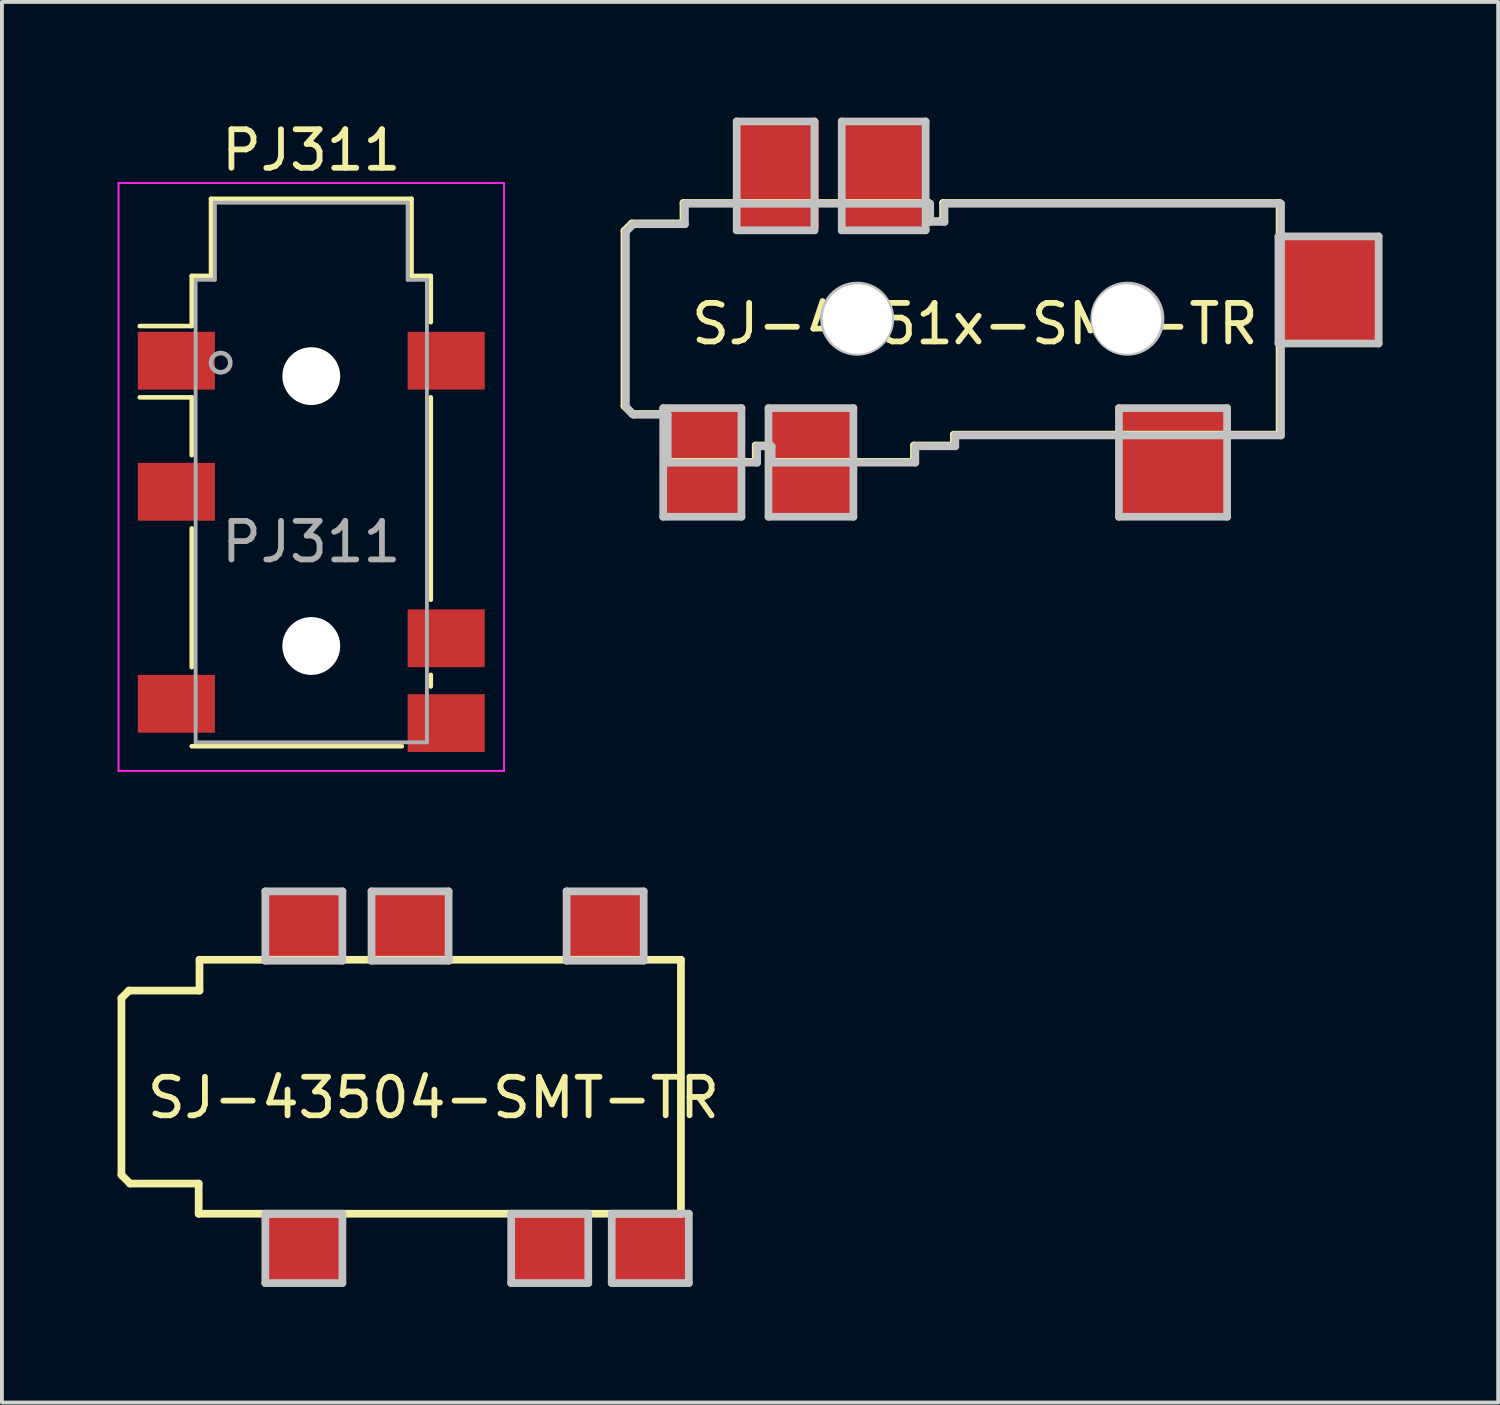
<source format=kicad_pcb>
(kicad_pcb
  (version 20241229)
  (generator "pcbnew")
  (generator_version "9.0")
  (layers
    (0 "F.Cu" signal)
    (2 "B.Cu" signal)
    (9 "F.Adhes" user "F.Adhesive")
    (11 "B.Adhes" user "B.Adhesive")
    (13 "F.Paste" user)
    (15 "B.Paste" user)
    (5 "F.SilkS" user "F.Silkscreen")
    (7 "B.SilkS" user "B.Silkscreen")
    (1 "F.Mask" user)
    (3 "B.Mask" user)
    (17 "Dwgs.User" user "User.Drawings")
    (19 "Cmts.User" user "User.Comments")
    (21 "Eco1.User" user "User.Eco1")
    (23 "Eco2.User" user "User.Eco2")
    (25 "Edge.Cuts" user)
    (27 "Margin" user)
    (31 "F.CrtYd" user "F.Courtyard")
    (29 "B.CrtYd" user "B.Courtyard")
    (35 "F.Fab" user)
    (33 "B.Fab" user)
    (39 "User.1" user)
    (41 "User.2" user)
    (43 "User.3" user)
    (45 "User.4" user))
  (footprint "SJ-4351x-SMT-TR"
    (layer "F.Cu")
    (at 17.161 1.543)
    (property "Reference" "SJ-4351x-SMT-TR" (at 5.08 3.81 0) (layer "F.SilkS") (effects (font (size 1 1) (thickness 0.15))))
    (attr through_hole)
    (fp_line (start -4.011 1.396) (end -4.011 5.94) (stroke (width 0.2) (type solid)) (layer "F.SilkS"))
    (fp_line (start -4.011 5.94) (end -3.804 6.147) (stroke (width 0.2) (type solid)) (layer "F.SilkS"))
    (fp_line (start -3.818 1.203) (end -4.011 1.396) (stroke (width 0.2) (type solid)) (layer "F.SilkS"))
    (fp_line (start -3.804 6.147) (end -2.926 6.147) (stroke (width 0.2) (type solid)) (layer "F.SilkS"))
    (fp_line (start -2.926 6.147) (end -2.926 7.388) (stroke (width 0.2) (type solid)) (layer "F.SilkS"))
    (fp_line (start -2.926 7.388) (end -0.606 7.388) (stroke (width 0.2) (type solid)) (layer "F.SilkS"))
    (fp_line (start -2.48 0.673) (end -2.48 1.203) (stroke (width 0.2) (type solid)) (layer "F.SilkS"))
    (fp_line (start -2.48 1.203) (end -3.818 1.203) (stroke (width 0.2) (type solid)) (layer "F.SilkS"))
    (fp_line (start -0.606 6.965) (end -0.23 6.965) (stroke (width 0.2) (type solid)) (layer "F.SilkS"))
    (fp_line (start -0.606 7.388) (end -0.606 6.965) (stroke (width 0.2) (type solid)) (layer "F.SilkS"))
    (fp_line (start -0.23 6.965) (end -0.23 7.388) (stroke (width 0.2) (type solid)) (layer "F.SilkS"))
    (fp_line (start -0.23 7.388) (end 3.498 7.388) (stroke (width 0.2) (type solid)) (layer "F.SilkS"))
    (fp_line (start 3.498 6.965) (end 4.535 6.965) (stroke (width 0.2) (type solid)) (layer "F.SilkS"))
    (fp_line (start 3.498 7.388) (end 3.498 6.965) (stroke (width 0.2) (type solid)) (layer "F.SilkS"))
    (fp_line (start 3.883 0.673) (end -2.48 0.673) (stroke (width 0.2) (type solid)) (layer "F.SilkS"))
    (fp_line (start 3.883 1.143) (end 3.883 0.673) (stroke (width 0.2) (type solid)) (layer "F.SilkS"))
    (fp_line (start 4.255 0.673) (end 4.255 1.143) (stroke (width 0.2) (type solid)) (layer "F.SilkS"))
    (fp_line (start 4.255 1.143) (end 3.883 1.143) (stroke (width 0.2) (type solid)) (layer "F.SilkS"))
    (fp_line (start 4.535 6.683) (end 12.984 6.683) (stroke (width 0.2) (type solid)) (layer "F.SilkS"))
    (fp_line (start 4.535 6.965) (end 4.535 6.683) (stroke (width 0.2) (type solid)) (layer "F.SilkS"))
    (fp_line (start 12.984 0.673) (end 4.255 0.673) (stroke (width 0.2) (type solid)) (layer "F.SilkS"))
    (fp_line (start 12.984 6.683) (end 12.984 0.673) (stroke (width 0.2) (type solid)) (layer "F.SilkS"))
    (fp_line (start -3.974 1.416) (end -3.974 5.96) (stroke (width 0.2) (type solid)) (layer "Dwgs.User"))
    (fp_line (start -3.974 5.96) (end -3.767 6.167) (stroke (width 0.2) (type solid)) (layer "Dwgs.User"))
    (fp_line (start -3.781 1.223) (end -3.974 1.416) (stroke (width 0.2) (type solid)) (layer "Dwgs.User"))
    (fp_line (start -3.767 6.167) (end -2.889 6.167) (stroke (width 0.2) (type solid)) (layer "Dwgs.User"))
    (fp_line (start -3.006 5.994) (end -3.006 8.813) (stroke (width 0.2) (type solid)) (layer "Dwgs.User"))
    (fp_line (start -3.006 8.813) (end -0.976 8.813) (stroke (width 0.2) (type solid)) (layer "Dwgs.User"))
    (fp_line (start -2.889 6.167) (end -2.889 7.409) (stroke (width 0.2) (type solid)) (layer "Dwgs.User"))
    (fp_line (start -2.889 7.409) (end -0.569 7.409) (stroke (width 0.2) (type solid)) (layer "Dwgs.User"))
    (fp_line (start -2.443 0.693) (end -2.443 1.223) (stroke (width 0.2) (type solid)) (layer "Dwgs.User"))
    (fp_line (start -2.443 1.223) (end -3.781 1.223) (stroke (width 0.2) (type solid)) (layer "Dwgs.User"))
    (fp_line (start -1.1 -1.443) (end -1.1 1.382) (stroke (width 0.2) (type solid)) (layer "Dwgs.User"))
    (fp_line (start -1.1 1.382) (end 0.917 1.382) (stroke (width 0.2) (type solid)) (layer "Dwgs.User"))
    (fp_line (start -0.976 5.994) (end -3.006 5.994) (stroke (width 0.2) (type solid)) (layer "Dwgs.User"))
    (fp_line (start -0.976 8.813) (end -0.976 5.994) (stroke (width 0.2) (type solid)) (layer "Dwgs.User"))
    (fp_line (start -0.569 6.985) (end -0.193 6.985) (stroke (width 0.2) (type solid)) (layer "Dwgs.User"))
    (fp_line (start -0.569 7.409) (end -0.569 6.985) (stroke (width 0.2) (type solid)) (layer "Dwgs.User"))
    (fp_line (start -0.275 5.994) (end -0.275 8.813) (stroke (width 0.2) (type solid)) (layer "Dwgs.User"))
    (fp_line (start -0.275 8.813) (end 1.928 8.813) (stroke (width 0.2) (type solid)) (layer "Dwgs.User"))
    (fp_line (start -0.193 6.985) (end -0.193 7.409) (stroke (width 0.2) (type solid)) (layer "Dwgs.User"))
    (fp_line (start -0.193 7.409) (end 3.535 7.409) (stroke (width 0.2) (type solid)) (layer "Dwgs.User"))
    (fp_line (start 0.917 -1.443) (end -1.1 -1.443) (stroke (width 0.2) (type solid)) (layer "Dwgs.User"))
    (fp_line (start 0.917 1.382) (end 0.917 -1.443) (stroke (width 0.2) (type solid)) (layer "Dwgs.User"))
    (fp_line (start 1.625 -1.443) (end 3.802 -1.443) (stroke (width 0.2) (type solid)) (layer "Dwgs.User"))
    (fp_line (start 1.625 1.382) (end 1.625 -1.443) (stroke (width 0.2) (type solid)) (layer "Dwgs.User"))
    (fp_line (start 1.928 5.994) (end -0.275 5.994) (stroke (width 0.2) (type solid)) (layer "Dwgs.User"))
    (fp_line (start 1.928 8.813) (end 1.928 5.994) (stroke (width 0.2) (type solid)) (layer "Dwgs.User"))
    (fp_line (start 3.535 6.985) (end 4.572 6.985) (stroke (width 0.2) (type solid)) (layer "Dwgs.User"))
    (fp_line (start 3.535 7.409) (end 3.535 6.985) (stroke (width 0.2) (type solid)) (layer "Dwgs.User"))
    (fp_line (start 3.802 -1.443) (end 3.802 1.382) (stroke (width 0.2) (type solid)) (layer "Dwgs.User"))
    (fp_line (start 3.802 1.382) (end 1.625 1.382) (stroke (width 0.2) (type solid)) (layer "Dwgs.User"))
    (fp_line (start 3.92 0.693) (end -2.443 0.693) (stroke (width 0.2) (type solid)) (layer "Dwgs.User"))
    (fp_line (start 3.92 1.163) (end 3.92 0.693) (stroke (width 0.2) (type solid)) (layer "Dwgs.User"))
    (fp_line (start 4.291 0.693) (end 4.291 1.163) (stroke (width 0.2) (type solid)) (layer "Dwgs.User"))
    (fp_line (start 4.291 1.163) (end 3.92 1.163) (stroke (width 0.2) (type solid)) (layer "Dwgs.User"))
    (fp_line (start 4.572 6.703) (end 13.021 6.703) (stroke (width 0.2) (type solid)) (layer "Dwgs.User"))
    (fp_line (start 4.572 6.985) (end 4.572 6.703) (stroke (width 0.2) (type solid)) (layer "Dwgs.User"))
    (fp_line (start 8.816 5.994) (end 8.816 8.813) (stroke (width 0.2) (type solid)) (layer "Dwgs.User"))
    (fp_line (start 8.816 8.813) (end 11.623 8.813) (stroke (width 0.2) (type solid)) (layer "Dwgs.User"))
    (fp_line (start 11.623 5.994) (end 8.816 5.994) (stroke (width 0.2) (type solid)) (layer "Dwgs.User"))
    (fp_line (start 11.623 8.813) (end 11.623 5.994) (stroke (width 0.2) (type solid)) (layer "Dwgs.User"))
    (fp_line (start 12.954 1.54) (end 12.954 4.318) (stroke (width 0.2) (type solid)) (layer "Dwgs.User"))
    (fp_line (start 12.954 4.318) (end 15.554 4.318) (stroke (width 0.2) (type solid)) (layer "Dwgs.User"))
    (fp_line (start 13.021 0.693) (end 4.291 0.693) (stroke (width 0.2) (type solid)) (layer "Dwgs.User"))
    (fp_line (start 13.021 6.703) (end 13.021 0.693) (stroke (width 0.2) (type solid)) (layer "Dwgs.User"))
    (fp_line (start 15.554 1.54) (end 12.954 1.54) (stroke (width 0.2) (type solid)) (layer "Dwgs.User"))
    (fp_line (start 15.554 4.318) (end 15.554 1.54) (stroke (width 0.2) (type solid)) (layer "Dwgs.User"))
    (fp_circle (center 2.026 3.675) (end 2.886 3.675) (stroke (width 0.2) (type solid)) (fill no) (layer "Dwgs.User"))
    (fp_circle (center 9.035 3.675) (end 9.895 3.675) (stroke (width 0.2) (type solid)) (fill no) (layer "Dwgs.User"))
    (pad "" np_thru_hole circle (at 2.032 3.683) (size 1.8 1.8) (drill 1.8) (layers "*.Cu" "*.Mask"))
    (pad "" np_thru_hole circle (at 9.017 3.683) (size 1.8 1.8) (drill 1.8) (layers "*.Cu" "*.Mask"))
    (pad "R1" smd rect (at 2.731 -0.064) (size 2.2 2.8) (layers "F.Cu" "F.Mask" "F.Paste"))
    (pad "R1N" smd rect (at -0.064 -0.064) (size 2.2 2.8) (layers "F.Cu" "F.Mask" "F.Paste"))
    (pad "R2" smd rect (at 0.826 7.429) (size 2.2 2.8) (layers "F.Cu" "F.Mask" "F.Paste"))
    (pad "S" smd rect (at -1.968 7.429) (size 2 2.8) (layers "F.Cu" "F.Mask" "F.Paste"))
    (pad "T" smd rect (at 10.223 7.429) (size 2.8 2.8) (layers "F.Cu" "F.Mask" "F.Paste"))
    (pad "TN" smd rect (at 14.287 2.921) (size 2.6 2.8) (layers "F.Cu" "F.Mask" "F.Paste")))
  (footprint "PJ311"
    (layer "F.Cu")
    (at 5.025 11.008)
    (property "Reference" "PJ311" (at 0 -10.16 0) (layer "F.SilkS") (effects (font (size 1 1) (thickness 0.15))))
    (attr smd)
    (fp_line (start -3.1 -6.9) (end -2.6 -6.9) (stroke (width 0.12) (type solid)) (layer "F.SilkS"))
    (fp_line (start -3.1 -5.6) (end -4.45 -5.6) (stroke (width 0.12) (type solid)) (layer "F.SilkS"))
    (fp_line (start -3.1 -5.6) (end -3.1 -6.9) (stroke (width 0.12) (type solid)) (layer "F.SilkS"))
    (fp_line (start -3.1 -3.75) (end -4.45 -3.75) (stroke (width 0.12) (type solid)) (layer "F.SilkS"))
    (fp_line (start -3.1 -2.25) (end -3.1 -3.75) (stroke (width 0.12) (type solid)) (layer "F.SilkS"))
    (fp_line (start -3.1 3.25) (end -3.1 -0.35) (stroke (width 0.12) (type solid)) (layer "F.SilkS"))
    (fp_line (start -2.6 -8.9) (end 2.6 -8.9) (stroke (width 0.12) (type solid)) (layer "F.SilkS"))
    (fp_line (start -2.6 -6.9) (end -2.6 -8.9) (stroke (width 0.12) (type solid)) (layer "F.SilkS"))
    (fp_line (start 2.35 5.3) (end -3.1 5.3) (stroke (width 0.12) (type solid)) (layer "F.SilkS"))
    (fp_line (start 2.6 -8.9) (end 2.6 -6.9) (stroke (width 0.12) (type solid)) (layer "F.SilkS"))
    (fp_line (start 2.6 -6.9) (end 3.1 -6.9) (stroke (width 0.12) (type solid)) (layer "F.SilkS"))
    (fp_line (start 3.1 -6.9) (end 3.1 -5.7) (stroke (width 0.12) (type solid)) (layer "F.SilkS"))
    (fp_line (start 3.1 -3.75) (end 3.1 1.5) (stroke (width 0.12) (type solid)) (layer "F.SilkS"))
    (fp_line (start 3.1 3.45) (end 3.1 3.75) (stroke (width 0.12) (type solid)) (layer "F.SilkS"))
    (fp_line (start -5 -9.31) (end -5 5.94) (stroke (width 0.05) (type solid)) (layer "F.CrtYd"))
    (fp_line (start -5 -9.31) (end 5 -9.31) (stroke (width 0.05) (type solid)) (layer "F.CrtYd"))
    (fp_line (start -5 5.94) (end 5 5.94) (stroke (width 0.05) (type solid)) (layer "F.CrtYd"))
    (fp_line (start 5 5.94) (end 5 -9.31) (stroke (width 0.05) (type solid)) (layer "F.CrtYd"))
    (fp_line (start -3 -6.8) (end -3 5.2) (stroke (width 0.1) (type solid)) (layer "F.Fab"))
    (fp_line (start -3 5.2) (end 3 5.2) (stroke (width 0.1) (type solid)) (layer "F.Fab"))
    (fp_line (start -2.5 -8.8) (end -2.5 -6.8) (stroke (width 0.1) (type solid)) (layer "F.Fab"))
    (fp_line (start -2.5 -6.8) (end -3 -6.8) (stroke (width 0.1) (type solid)) (layer "F.Fab"))
    (fp_line (start 2.5 -8.8) (end -2.5 -8.8) (stroke (width 0.1) (type solid)) (layer "F.Fab"))
    (fp_line (start 2.5 -6.8) (end 2.5 -8.8) (stroke (width 0.1) (type solid)) (layer "F.Fab"))
    (fp_line (start 3 -6.8) (end 2.5 -6.8) (stroke (width 0.1) (type solid)) (layer "F.Fab"))
    (fp_line (start 3 5.2) (end 3 -6.8) (stroke (width 0.1) (type solid)) (layer "F.Fab"))
    (fp_circle (center -2.35 -4.65) (end -2.1 -4.65) (stroke (width 0.12) (type solid)) (fill no) (layer "F.Fab"))
    (fp_text user "${REFERENCE}" (at 0 0 0) (layer "F.Fab") (effects (font (size 1 1) (thickness 0.15))))
    (pad "" np_thru_hole circle (at 0 -4.3) (size 1.5 1.5) (drill 1.5) (layers "*.Cu" "*.Mask"))
    (pad "" np_thru_hole circle (at 0 2.7) (size 1.5 1.5) (drill 1.5) (layers "*.Cu" "*.Mask"))
    (pad "R1" smd rect (at -3.5 -1.3) (size 2 1.5) (layers "F.Cu" "F.Mask" "F.Paste"))
    (pad "R1N" smd rect (at -3.5 4.2) (size 2 1.5) (layers "F.Cu" "F.Mask" "F.Paste"))
    (pad "R2" smd rect (at 3.5 -4.7) (size 2 1.5) (layers "F.Cu" "F.Mask" "F.Paste"))
    (pad "S" smd rect (at -3.5 -4.7) (size 2 1.5) (layers "F.Cu" "F.Mask" "F.Paste"))
    (pad "T" smd rect (at 3.5 2.5) (size 2 1.5) (layers "F.Cu" "F.Mask" "F.Paste"))
    (pad "TN" smd rect (at 3.5 4.7) (size 2 1.5) (layers "F.Cu" "F.Mask" "F.Paste")))
  (footprint "SJ-43504-SMT-TR"
    (layer "F.Cu")
    (at 4.817 21.111)
    (property "Reference" "SJ-43504-SMT-TR" (at 3.378 4.318 0) (layer "F.SilkS") (effects (font (size 1 1) (thickness 0.15))))
    (attr through_hole)
    (fp_line (start -4.717 1.733) (end -4.521 1.537) (stroke (width 0.2) (type solid)) (layer "F.SilkS"))
    (fp_line (start -4.717 6.319) (end -4.717 1.733) (stroke (width 0.2) (type solid)) (layer "F.SilkS"))
    (fp_line (start -4.521 1.537) (end -2.692 1.537) (stroke (width 0.2) (type solid)) (layer "F.SilkS"))
    (fp_line (start -4.493 6.543) (end -4.717 6.319) (stroke (width 0.2) (type solid)) (layer "F.SilkS"))
    (fp_line (start -2.713 6.543) (end -4.493 6.543) (stroke (width 0.2) (type solid)) (layer "F.SilkS"))
    (fp_line (start -2.713 7.325) (end -2.713 6.543) (stroke (width 0.2) (type solid)) (layer "F.SilkS"))
    (fp_line (start -2.692 0.737) (end 9.798 0.737) (stroke (width 0.2) (type solid)) (layer "F.SilkS"))
    (fp_line (start -2.692 1.537) (end -2.692 0.737) (stroke (width 0.2) (type solid)) (layer "F.SilkS"))
    (fp_line (start 9.798 0.737) (end 9.798 7.325) (stroke (width 0.2) (type solid)) (layer "F.SilkS"))
    (fp_line (start 9.798 7.325) (end -2.713 7.325) (stroke (width 0.2) (type solid)) (layer "F.SilkS"))
    (fp_line (start -0.984 -1.038) (end -0.984 0.762) (stroke (width 0.2) (type solid)) (layer "Dwgs.User"))
    (fp_line (start -0.984 0.762) (end 1.016 0.762) (stroke (width 0.2) (type solid)) (layer "Dwgs.User"))
    (fp_line (start -0.984 7.324) (end -0.984 9.124) (stroke (width 0.2) (type solid)) (layer "Dwgs.User"))
    (fp_line (start -0.984 9.124) (end 1.016 9.124) (stroke (width 0.2) (type solid)) (layer "Dwgs.User"))
    (fp_line (start 1.016 -1.038) (end -0.984 -1.038) (stroke (width 0.2) (type solid)) (layer "Dwgs.User"))
    (fp_line (start 1.016 0.762) (end 1.016 -1.038) (stroke (width 0.2) (type solid)) (layer "Dwgs.User"))
    (fp_line (start 1.016 7.324) (end -0.984 7.324) (stroke (width 0.2) (type solid)) (layer "Dwgs.User"))
    (fp_line (start 1.016 9.124) (end 1.016 7.324) (stroke (width 0.2) (type solid)) (layer "Dwgs.User"))
    (fp_line (start 1.771 -1.038) (end 1.771 0.762) (stroke (width 0.2) (type solid)) (layer "Dwgs.User"))
    (fp_line (start 1.771 0.762) (end 3.771 0.762) (stroke (width 0.2) (type solid)) (layer "Dwgs.User"))
    (fp_line (start 3.771 -1.038) (end 1.771 -1.038) (stroke (width 0.2) (type solid)) (layer "Dwgs.User"))
    (fp_line (start 3.771 0.762) (end 3.771 -1.038) (stroke (width 0.2) (type solid)) (layer "Dwgs.User"))
    (fp_line (start 5.394 7.324) (end 5.394 9.124) (stroke (width 0.2) (type solid)) (layer "Dwgs.User"))
    (fp_line (start 5.394 9.124) (end 7.394 9.124) (stroke (width 0.2) (type solid)) (layer "Dwgs.User"))
    (fp_line (start 6.831 -1.038) (end 6.831 0.762) (stroke (width 0.2) (type solid)) (layer "Dwgs.User"))
    (fp_line (start 6.831 0.762) (end 8.831 0.762) (stroke (width 0.2) (type solid)) (layer "Dwgs.User"))
    (fp_line (start 7.394 7.324) (end 5.394 7.324) (stroke (width 0.2) (type solid)) (layer "Dwgs.User"))
    (fp_line (start 7.394 9.124) (end 7.394 7.324) (stroke (width 0.2) (type solid)) (layer "Dwgs.User"))
    (fp_line (start 8.002 7.324) (end 8.002 9.124) (stroke (width 0.2) (type solid)) (layer "Dwgs.User"))
    (fp_line (start 8.002 9.124) (end 10.002 9.124) (stroke (width 0.2) (type solid)) (layer "Dwgs.User"))
    (fp_line (start 8.831 -1.038) (end 6.831 -1.038) (stroke (width 0.2) (type solid)) (layer "Dwgs.User"))
    (fp_line (start 8.831 0.762) (end 8.831 -1.038) (stroke (width 0.2) (type solid)) (layer "Dwgs.User"))
    (fp_line (start 10.002 7.324) (end 8.002 7.324) (stroke (width 0.2) (type solid)) (layer "Dwgs.User"))
    (fp_line (start 10.002 9.124) (end 10.002 7.324) (stroke (width 0.2) (type solid)) (layer "Dwgs.User"))
    (pad "R1" smd rect (at 2.769 -0.152) (size 2 1.8) (layers "F.Cu" "F.Mask" "F.Paste"))
    (pad "R1N" smd rect (at 7.823 -0.152) (size 2 1.8) (layers "F.Cu" "F.Mask" "F.Paste"))
    (pad "R2" smd rect (at 0 8.23) (size 2 1.8) (layers "F.Cu" "F.Mask" "F.Paste"))
    (pad "S" smd rect (at 0.025 -0.152) (size 2 1.8) (layers "F.Cu" "F.Mask" "F.Paste"))
    (pad "T" smd rect (at 6.401 8.23 180) (size 2 1.8) (layers "F.Cu" "F.Mask" "F.Paste"))
    (pad "TN" smd rect (at 9.017 8.23) (size 2 1.8) (layers "F.Cu" "F.Mask" "F.Paste")))
  (gr_rect
    (start -3 -3)
    (end 35.815 33.335)
    (stroke (width 0.1) (type default))
    (fill no)
    (layer "Edge.Cuts")))
</source>
